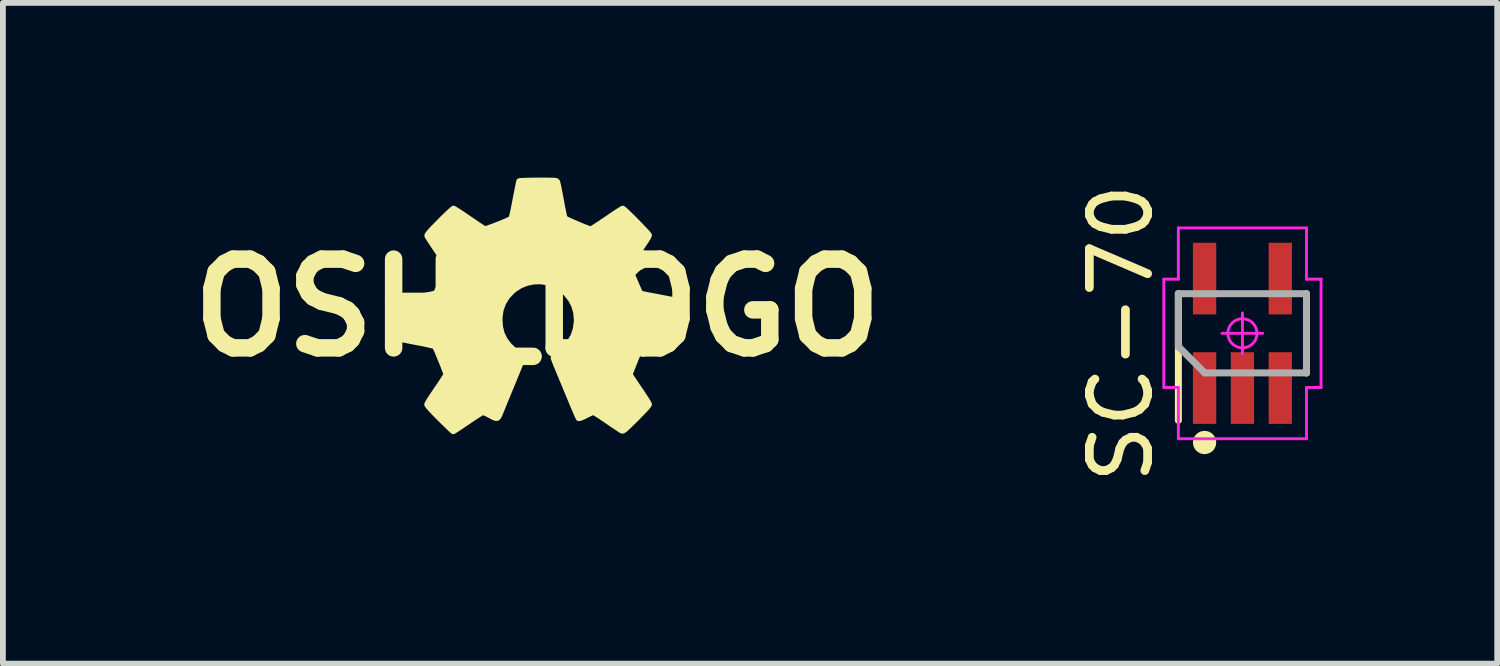
<source format=kicad_pcb>
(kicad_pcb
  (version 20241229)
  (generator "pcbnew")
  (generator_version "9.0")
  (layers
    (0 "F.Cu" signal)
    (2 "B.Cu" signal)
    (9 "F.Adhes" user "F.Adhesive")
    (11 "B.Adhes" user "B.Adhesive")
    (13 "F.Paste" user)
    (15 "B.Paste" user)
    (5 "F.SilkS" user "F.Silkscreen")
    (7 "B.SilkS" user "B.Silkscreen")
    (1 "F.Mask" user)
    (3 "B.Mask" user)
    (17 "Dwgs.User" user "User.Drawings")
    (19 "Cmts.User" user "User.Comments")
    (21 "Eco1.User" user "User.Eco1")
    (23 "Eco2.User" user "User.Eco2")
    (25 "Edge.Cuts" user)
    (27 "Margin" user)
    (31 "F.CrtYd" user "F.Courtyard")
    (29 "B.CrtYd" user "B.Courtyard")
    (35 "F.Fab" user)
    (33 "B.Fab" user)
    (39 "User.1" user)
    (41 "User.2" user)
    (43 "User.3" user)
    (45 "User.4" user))
  (footprint "SC-70"
    (layer "F.Cu")
    (at 18.283 2.673)
    (property "Reference" "SC-70" (at -2.083 0 90) (layer "F.SilkS") (effects (font (size 1 1) (thickness 0.15))))
    (attr through_hole)
    (fp_line (start -1.1 1.495) (end -1.1 -0.68) (stroke (width 0.12) (type solid)) (layer "F.SilkS"))
    (fp_line (start 1.1 -0.68) (end 1.1 0.68) (stroke (width 0.12) (type solid)) (layer "F.SilkS"))
    (fp_circle (center -0.65 1.875) (end -0.55 1.875) (stroke (width 0.2) (type solid)) (fill no) (layer "F.SilkS"))
    (fp_line (start -1.35 -0.93) (end -1.35 0.93) (stroke (width 0.05) (type solid)) (layer "F.CrtYd"))
    (fp_line (start -1.35 0.93) (end -1.1 0.93) (stroke (width 0.05) (type solid)) (layer "F.CrtYd"))
    (fp_line (start -1.1 -1.81) (end -1.1 -0.93) (stroke (width 0.05) (type solid)) (layer "F.CrtYd"))
    (fp_line (start -1.1 -0.93) (end -1.35 -0.93) (stroke (width 0.05) (type solid)) (layer "F.CrtYd"))
    (fp_line (start -1.1 0.93) (end -1.1 1.81) (stroke (width 0.05) (type solid)) (layer "F.CrtYd"))
    (fp_line (start -1.1 1.81) (end 1.1 1.81) (stroke (width 0.05) (type solid)) (layer "F.CrtYd"))
    (fp_line (start -0.35 0) (end 0.35 0) (stroke (width 0.05) (type solid)) (layer "F.CrtYd"))
    (fp_line (start 0 -0.35) (end 0 0.35) (stroke (width 0.05) (type solid)) (layer "F.CrtYd"))
    (fp_line (start 1.1 -1.81) (end -1.1 -1.81) (stroke (width 0.05) (type solid)) (layer "F.CrtYd"))
    (fp_line (start 1.1 -0.93) (end 1.1 -1.81) (stroke (width 0.05) (type solid)) (layer "F.CrtYd"))
    (fp_line (start 1.1 0.93) (end 1.35 0.93) (stroke (width 0.05) (type solid)) (layer "F.CrtYd"))
    (fp_line (start 1.1 1.81) (end 1.1 0.93) (stroke (width 0.05) (type solid)) (layer "F.CrtYd"))
    (fp_line (start 1.35 -0.93) (end 1.1 -0.93) (stroke (width 0.05) (type solid)) (layer "F.CrtYd"))
    (fp_line (start 1.35 0.93) (end 1.35 -0.93) (stroke (width 0.05) (type solid)) (layer "F.CrtYd"))
    (fp_circle (center 0 0) (end -0.25 0) (stroke (width 0.05) (type solid)) (fill no) (layer "F.CrtYd"))
    (fp_line (start -1.1 -0.68) (end 1.1 -0.68) (stroke (width 0.12) (type solid)) (layer "F.Fab"))
    (fp_line (start -1.1 0.227) (end -1.1 -0.68) (stroke (width 0.12) (type solid)) (layer "F.Fab"))
    (fp_line (start -0.647 0.68) (end -1.1 0.227) (stroke (width 0.12) (type solid)) (layer "F.Fab"))
    (fp_line (start 1.1 -0.68) (end 1.1 0.68) (stroke (width 0.12) (type solid)) (layer "F.Fab"))
    (fp_line (start 1.1 0.68) (end -0.647 0.68) (stroke (width 0.12) (type solid)) (layer "F.Fab"))
    (pad "1" smd rect (at -0.65 0.94) (size 0.4 1.23) (layers "F.Cu" "F.Mask" "F.Paste"))
    (pad "2" smd rect (at 0 0.94) (size 0.4 1.23) (layers "F.Cu" "F.Mask" "F.Paste"))
    (pad "3" smd rect (at 0.65 0.94) (size 0.4 1.23) (layers "F.Cu" "F.Mask" "F.Paste"))
    (pad "4" smd rect (at 0.65 -0.94) (size 0.4 1.23) (layers "F.Cu" "F.Mask" "F.Paste"))
    (pad "5" smd rect (at -0.65 -0.94) (size 0.4 1.23) (layers "F.Cu" "F.Mask" "F.Paste")))
  (footprint "OSH_LOGO"
    (layer "F.Cu")
    (at 6.176 2.234)
    (property "Reference" "OSH_LOGO" (at 0 0 0) (layer "F.SilkS") (effects (font (size 1.524 1.524) (thickness 0.3))))
    (attr through_hole)
    (fp_poly (pts (xy 2.4 0.208) (xy 2.4 0.308) (xy 2.4 0.385) (xy 2.399 0.442) (xy 2.397 0.483) (xy 2.394 0.51) (xy 2.39 0.526) (xy 2.385 0.535) (xy 2.378 0.538) (xy 2.356 0.543) (xy 2.316 0.551) (xy 2.265 0.561) (xy 2.242 0.565) (xy 2.118 0.588) (xy 2.017 0.607) (xy 1.937 0.622) (xy 1.876 0.636) (xy 1.832 0.647) (xy 1.803 0.656) (xy 1.786 0.664) (xy 1.782 0.668) (xy 1.773 0.685) (xy 1.757 0.721) (xy 1.736 0.771) (xy 1.711 0.83) (xy 1.684 0.895) (xy 1.658 0.961) (xy 1.633 1.023) (xy 1.612 1.077) (xy 1.596 1.118) (xy 1.588 1.143) (xy 1.587 1.147) (xy 1.594 1.159) (xy 1.614 1.19) (xy 1.644 1.235) (xy 1.682 1.292) (xy 1.726 1.358) (xy 1.753 1.397) (xy 1.8 1.466) (xy 1.842 1.53) (xy 1.877 1.585) (xy 1.902 1.627) (xy 1.916 1.654) (xy 1.918 1.66) (xy 1.909 1.676) (xy 1.884 1.707) (xy 1.845 1.751) (xy 1.793 1.805) (xy 1.732 1.868) (xy 1.697 1.903) (xy 1.628 1.972) (xy 1.574 2.024) (xy 1.534 2.062) (xy 1.504 2.088) (xy 1.483 2.104) (xy 1.468 2.111) (xy 1.457 2.112) (xy 1.447 2.108) (xy 1.447 2.108) (xy 1.428 2.096) (xy 1.392 2.072) (xy 1.342 2.039) (xy 1.282 1.999) (xy 1.216 1.953) (xy 1.199 1.942) (xy 1.133 1.897) (xy 1.073 1.857) (xy 1.023 1.825) (xy 0.986 1.802) (xy 0.966 1.791) (xy 0.964 1.791) (xy 0.946 1.796) (xy 0.912 1.811) (xy 0.866 1.833) (xy 0.834 1.849) (xy 0.783 1.874) (xy 0.743 1.891) (xy 0.717 1.897) (xy 0.71 1.896) (xy 0.703 1.882) (xy 0.687 1.848) (xy 0.664 1.795) (xy 0.635 1.729) (xy 0.602 1.65) (xy 0.566 1.563) (xy 0.552 1.53) (xy 0.511 1.432) (xy 0.471 1.333) (xy 0.431 1.239) (xy 0.396 1.153) (xy 0.366 1.082) (xy 0.344 1.028) (xy 0.342 1.025) (xy 0.318 0.967) (xy 0.299 0.916) (xy 0.285 0.878) (xy 0.279 0.858) (xy 0.279 0.858) (xy 0.289 0.842) (xy 0.315 0.818) (xy 0.351 0.789) (xy 0.359 0.784) (xy 0.47 0.692) (xy 0.556 0.593) (xy 0.62 0.485) (xy 0.659 0.368) (xy 0.676 0.241) (xy 0.677 0.21) (xy 0.667 0.083) (xy 0.633 -0.034) (xy 0.577 -0.143) (xy 0.496 -0.245) (xy 0.495 -0.246) (xy 0.4 -0.329) (xy 0.295 -0.392) (xy 0.181 -0.433) (xy 0.062 -0.453) (xy -0.057 -0.451) (xy -0.176 -0.427) (xy -0.29 -0.382) (xy -0.395 -0.314) (xy -0.431 -0.284) (xy -0.52 -0.189) (xy -0.585 -0.082) (xy -0.628 0.034) (xy -0.647 0.161) (xy -0.648 0.202) (xy -0.639 0.329) (xy -0.611 0.443) (xy -0.562 0.546) (xy -0.492 0.641) (xy -0.398 0.731) (xy -0.343 0.775) (xy -0.303 0.807) (xy -0.272 0.834) (xy -0.256 0.854) (xy -0.254 0.858) (xy -0.259 0.874) (xy -0.272 0.91) (xy -0.293 0.964) (xy -0.32 1.033) (xy -0.353 1.114) (xy -0.39 1.204) (xy -0.421 1.28) (xy -0.462 1.379) (xy -0.502 1.476) (xy -0.539 1.566) (xy -0.572 1.645) (xy -0.598 1.711) (xy -0.618 1.759) (xy -0.626 1.778) (xy -0.65 1.837) (xy -0.669 1.874) (xy -0.688 1.892) (xy -0.713 1.894) (xy -0.749 1.88) (xy -0.8 1.853) (xy -0.807 1.849) (xy -0.856 1.824) (xy -0.897 1.805) (xy -0.925 1.793) (xy -0.934 1.791) (xy -0.949 1.798) (xy -0.981 1.817) (xy -1.028 1.847) (xy -1.087 1.885) (xy -1.153 1.929) (xy -1.192 1.956) (xy -1.262 2.003) (xy -1.324 2.045) (xy -1.376 2.079) (xy -1.416 2.105) (xy -1.439 2.119) (xy -1.444 2.121) (xy -1.455 2.112) (xy -1.481 2.088) (xy -1.52 2.051) (xy -1.57 2.003) (xy -1.627 1.947) (xy -1.672 1.902) (xy -1.734 1.841) (xy -1.788 1.784) (xy -1.834 1.735) (xy -1.868 1.696) (xy -1.888 1.67) (xy -1.892 1.662) (xy -1.885 1.645) (xy -1.866 1.611) (xy -1.836 1.563) (xy -1.797 1.504) (xy -1.752 1.437) (xy -1.728 1.401) (xy -1.68 1.332) (xy -1.638 1.269) (xy -1.604 1.216) (xy -1.578 1.176) (xy -1.564 1.152) (xy -1.562 1.146) (xy -1.567 1.128) (xy -1.58 1.091) (xy -1.599 1.04) (xy -1.622 0.98) (xy -1.649 0.914) (xy -1.676 0.847) (xy -1.702 0.785) (xy -1.725 0.731) (xy -1.744 0.689) (xy -1.756 0.666) (xy -1.758 0.663) (xy -1.775 0.656) (xy -1.813 0.646) (xy -1.868 0.633) (xy -1.937 0.618) (xy -2.016 0.602) (xy -2.059 0.595) (xy -2.141 0.579) (xy -2.216 0.564) (xy -2.278 0.551) (xy -2.326 0.54) (xy -2.353 0.533) (xy -2.359 0.53) (xy -2.365 0.514) (xy -2.369 0.476) (xy -2.372 0.422) (xy -2.375 0.356) (xy -2.376 0.281) (xy -2.376 0.202) (xy -2.376 0.124) (xy -2.374 0.049) (xy -2.371 -0.017) (xy -2.368 -0.07) (xy -2.363 -0.106) (xy -2.358 -0.122) (xy -2.357 -0.122) (xy -2.34 -0.126) (xy -2.302 -0.134) (xy -2.246 -0.145) (xy -2.177 -0.159) (xy -2.097 -0.174) (xy -2.045 -0.184) (xy -1.962 -0.2) (xy -1.886 -0.215) (xy -1.823 -0.228) (xy -1.775 -0.239) (xy -1.747 -0.247) (xy -1.74 -0.249) (xy -1.73 -0.266) (xy -1.714 -0.302) (xy -1.691 -0.351) (xy -1.666 -0.41) (xy -1.639 -0.474) (xy -1.612 -0.538) (xy -1.588 -0.598) (xy -1.568 -0.649) (xy -1.555 -0.686) (xy -1.549 -0.704) (xy -1.549 -0.704) (xy -1.556 -0.721) (xy -1.576 -0.755) (xy -1.606 -0.803) (xy -1.644 -0.863) (xy -1.689 -0.93) (xy -1.716 -0.97) (xy -1.764 -1.04) (xy -1.807 -1.105) (xy -1.843 -1.16) (xy -1.87 -1.203) (xy -1.886 -1.229) (xy -1.889 -1.236) (xy -1.887 -1.249) (xy -1.872 -1.271) (xy -1.845 -1.304) (xy -1.804 -1.349) (xy -1.747 -1.408) (xy -1.675 -1.481) (xy -1.614 -1.542) (xy -1.557 -1.597) (xy -1.509 -1.642) (xy -1.471 -1.677) (xy -1.447 -1.697) (xy -1.439 -1.702) (xy -1.424 -1.695) (xy -1.392 -1.675) (xy -1.345 -1.645) (xy -1.287 -1.607) (xy -1.22 -1.561) (xy -1.172 -1.529) (xy -1.101 -1.48) (xy -1.036 -1.436) (xy -0.98 -1.399) (xy -0.937 -1.371) (xy -0.909 -1.354) (xy -0.901 -1.35) (xy -0.884 -1.353) (xy -0.848 -1.364) (xy -0.798 -1.382) (xy -0.739 -1.404) (xy -0.675 -1.429) (xy -0.611 -1.454) (xy -0.552 -1.479) (xy -0.502 -1.501) (xy -0.466 -1.518) (xy -0.449 -1.528) (xy -0.442 -1.544) (xy -0.432 -1.582) (xy -0.419 -1.637) (xy -0.404 -1.707) (xy -0.388 -1.787) (xy -0.376 -1.852) (xy -0.359 -1.938) (xy -0.344 -2.015) (xy -0.331 -2.081) (xy -0.321 -2.131) (xy -0.313 -2.163) (xy -0.311 -2.173) (xy -0.296 -2.176) (xy -0.26 -2.179) (xy -0.204 -2.181) (xy -0.132 -2.183) (xy -0.047 -2.184) (xy 0.014 -2.184) (xy 0.111 -2.184) (xy 0.187 -2.184) (xy 0.243 -2.183) (xy 0.283 -2.182) (xy 0.309 -2.179) (xy 0.326 -2.175) (xy 0.335 -2.169) (xy 0.34 -2.162) (xy 0.343 -2.156) (xy 0.348 -2.135) (xy 0.358 -2.094) (xy 0.37 -2.035) (xy 0.384 -1.964) (xy 0.399 -1.883) (xy 0.407 -1.842) (xy 0.422 -1.759) (xy 0.437 -1.684) (xy 0.45 -1.621) (xy 0.46 -1.573) (xy 0.467 -1.544) (xy 0.469 -1.538) (xy 0.483 -1.529) (xy 0.516 -1.512) (xy 0.564 -1.49) (xy 0.621 -1.464) (xy 0.684 -1.437) (xy 0.747 -1.41) (xy 0.807 -1.386) (xy 0.859 -1.366) (xy 0.897 -1.352) (xy 0.918 -1.346) (xy 0.919 -1.346) (xy 0.933 -1.353) (xy 0.965 -1.373) (xy 1.012 -1.403) (xy 1.07 -1.441) (xy 1.138 -1.487) (xy 1.193 -1.524) (xy 1.265 -1.573) (xy 1.33 -1.617) (xy 1.386 -1.654) (xy 1.43 -1.681) (xy 1.457 -1.698) (xy 1.466 -1.702) (xy 1.48 -1.693) (xy 1.508 -1.669) (xy 1.547 -1.632) (xy 1.595 -1.586) (xy 1.648 -1.534) (xy 1.703 -1.478) (xy 1.758 -1.422) (xy 1.809 -1.368) (xy 1.854 -1.321) (xy 1.889 -1.282) (xy 1.911 -1.255) (xy 1.918 -1.244) (xy 1.912 -1.228) (xy 1.894 -1.196) (xy 1.864 -1.147) (xy 1.82 -1.081) (xy 1.763 -0.997) (xy 1.691 -0.893) (xy 1.656 -0.842) (xy 1.623 -0.794) (xy 1.597 -0.751) (xy 1.58 -0.72) (xy 1.575 -0.707) (xy 1.58 -0.691) (xy 1.593 -0.656) (xy 1.612 -0.607) (xy 1.636 -0.548) (xy 1.663 -0.484) (xy 1.69 -0.42) (xy 1.716 -0.36) (xy 1.739 -0.308) (xy 1.757 -0.269) (xy 1.768 -0.248) (xy 1.77 -0.246) (xy 1.783 -0.241) (xy 1.819 -0.233) (xy 1.872 -0.222) (xy 1.939 -0.209) (xy 2.018 -0.194) (xy 2.071 -0.184) (xy 2.155 -0.168) (xy 2.231 -0.153) (xy 2.295 -0.141) (xy 2.345 -0.131) (xy 2.375 -0.124) (xy 2.383 -0.122) (xy 2.388 -0.116) (xy 2.392 -0.1) (xy 2.396 -0.073) (xy 2.398 -0.03) (xy 2.399 0.03) (xy 2.4 0.11) (xy 2.4 0.208)) (stroke (width 0.1) (type solid)) (fill yes) (layer "F.SilkS")))
  (gr_rect
    (start -3 -3)
    (end 22.658 8.345)
    (stroke (width 0.1) (type default))
    (fill no)
    (layer "Edge.Cuts")))
</source>
